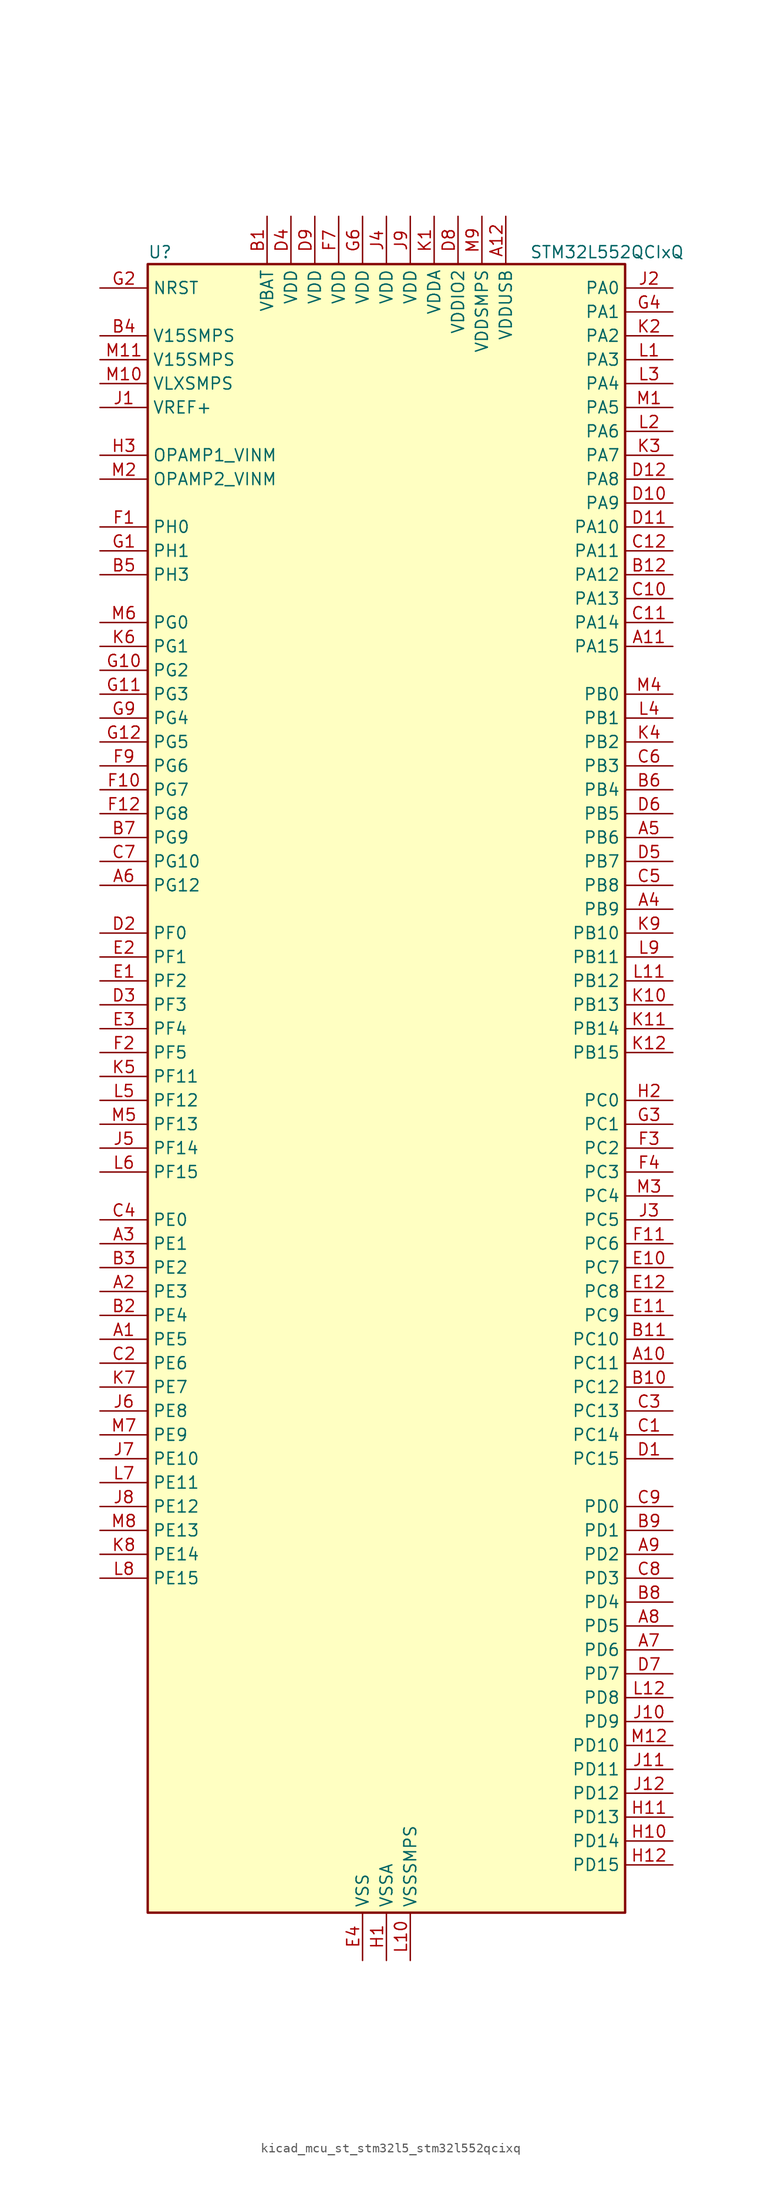
<source format=kicad_sym>
(kicad_symbol_lib
  (version 20220914)
  (generator kicad_symbol_editor)
  (symbol "kicad_mcu_st_stm32l5_stm32l552qcixq"
    (property "Reference" "U"
      (at -25.4 90.17 0)
      (effects (font (size 1.27 1.27)) (justify left)))
    (property "Value" "STM32L552QCIxQ"
      (at 15.24 90.17 0)
      (effects (font (size 1.27 1.27)) (justify left)))
    (property "ki_locked" ""
      (at 0 0 0)
      (effects (font (size 1.27 1.27))))
    (symbol "kicad_mcu_st_stm32l5_stm32l552qcixq_0_1"
      (rectangle (start -25.4 -86.36) (end 25.4 88.9) (stroke (width 0.254) (type default)) (fill (type background))))
    (symbol "kicad_mcu_st_stm32l5_stm32l552qcixq_1_1"
      (pin bidirectional line (at -30.48 -25.4 0) (length 5.08) (name "PE5" (effects (font (size 1.27 1.27)))) (number "A1" (effects (font (size 1.27 1.27)))) (alternate "DEBUG_TRACED2" bidirectional line) (alternate "DFSDM1_CKIN3" bidirectional line) (alternate "FMC_A21" bidirectional line) (alternate "SAI1_CK2" bidirectional line) (alternate "SAI1_SCK_A" bidirectional line) (alternate "TIM3_CH3" bidirectional line) (alternate "TSC_G7_IO4" bidirectional line))
      (pin bidirectional line (at 30.48 -27.94 180) (length 5.08) (name "PC11" (effects (font (size 1.27 1.27)))) (number "A10" (effects (font (size 1.27 1.27)))) (alternate "ADC1_EXTI11" bidirectional line) (alternate "ADC2_EXTI11" bidirectional line) (alternate "LPTIM3_IN1" bidirectional line) (alternate "OCTOSPI1_NCS" bidirectional line) (alternate "SAI2_MCLK_B" bidirectional line) (alternate "SDMMC1_D3" bidirectional line) (alternate "SPI3_MISO" bidirectional line) (alternate "TSC_G3_IO3" bidirectional line) (alternate "UART4_RX" bidirectional line) (alternate "UCPD1_FRSTX2" bidirectional line) (alternate "USART3_RX" bidirectional line))
      (pin bidirectional line (at 30.48 48.26 180) (length 5.08) (name "PA15" (effects (font (size 1.27 1.27)))) (number "A11" (effects (font (size 1.27 1.27)))) (alternate "ADC1_EXTI15" bidirectional line) (alternate "ADC2_EXTI15" bidirectional line) (alternate "DEBUG_JTDI" bidirectional line) (alternate "SAI2_FS_B" bidirectional line) (alternate "SPI1_NSS" bidirectional line) (alternate "SPI3_NSS" bidirectional line) (alternate "TIM2_CH1" bidirectional line) (alternate "TIM2_ETR" bidirectional line) (alternate "UART4_DE" bidirectional line) (alternate "UART4_RTS" bidirectional line) (alternate "UCPD1_CC1" bidirectional line) (alternate "USART2_RX" bidirectional line) (alternate "USART3_DE" bidirectional line) (alternate "USART3_RTS" bidirectional line))
      (pin power_in line (at 12.7 93.98 270) (length 5.08) (name "VDDUSB" (effects (font (size 1.27 1.27)))) (number "A12" (effects (font (size 1.27 1.27)))))
      (pin bidirectional line (at -30.48 -20.32 0) (length 5.08) (name "PE3" (effects (font (size 1.27 1.27)))) (number "A2" (effects (font (size 1.27 1.27)))) (alternate "DEBUG_TRACED0" bidirectional line) (alternate "FMC_A19" bidirectional line) (alternate "OCTOSPI1_DQS" bidirectional line) (alternate "SAI1_SD_B" bidirectional line) (alternate "TIM3_CH1" bidirectional line) (alternate "TSC_G7_IO2" bidirectional line))
      (pin bidirectional line (at -30.48 -15.24 0) (length 5.08) (name "PE1" (effects (font (size 1.27 1.27)))) (number "A3" (effects (font (size 1.27 1.27)))) (alternate "FMC_NBL1" bidirectional line) (alternate "TIM17_CH1" bidirectional line))
      (pin bidirectional line (at 30.48 20.32 180) (length 5.08) (name "PB9" (effects (font (size 1.27 1.27)))) (number "A4" (effects (font (size 1.27 1.27)))) (alternate "DAC1_EXTI9" bidirectional line) (alternate "FDCAN1_TX" bidirectional line) (alternate "I2C1_SDA" bidirectional line) (alternate "IR_OUT" bidirectional line) (alternate "SAI1_D2" bidirectional line) (alternate "SAI1_FS_A" bidirectional line) (alternate "SDMMC1_CDIR" bidirectional line) (alternate "SDMMC1_D5" bidirectional line) (alternate "SPI2_NSS" bidirectional line) (alternate "TIM17_CH1" bidirectional line) (alternate "TIM4_CH4" bidirectional line))
      (pin bidirectional line (at 30.48 27.94 180) (length 5.08) (name "PB6" (effects (font (size 1.27 1.27)))) (number "A5" (effects (font (size 1.27 1.27)))) (alternate "COMP2_INP" bidirectional line) (alternate "I2C1_SCL" bidirectional line) (alternate "I2C4_SCL" bidirectional line) (alternate "LPTIM1_ETR" bidirectional line) (alternate "SAI1_FS_B" bidirectional line) (alternate "TIM16_CH1N" bidirectional line) (alternate "TIM4_CH1" bidirectional line) (alternate "TIM8_BKIN2" bidirectional line) (alternate "TSC_G2_IO3" bidirectional line) (alternate "USART1_TX" bidirectional line))
      (pin bidirectional line (at -30.48 22.86 0) (length 5.08) (name "PG12" (effects (font (size 1.27 1.27)))) (number "A6" (effects (font (size 1.27 1.27)))) (alternate "FMC_NE4" bidirectional line) (alternate "LPTIM1_ETR" bidirectional line) (alternate "SAI2_SD_A" bidirectional line) (alternate "SPI3_NSS" bidirectional line) (alternate "USART1_DE" bidirectional line) (alternate "USART1_RTS" bidirectional line))
      (pin bidirectional line (at 30.48 -58.42 180) (length 5.08) (name "PD6" (effects (font (size 1.27 1.27)))) (number "A7" (effects (font (size 1.27 1.27)))) (alternate "DFSDM1_DATIN1" bidirectional line) (alternate "FMC_NWAIT" bidirectional line) (alternate "OCTOSPI1_IO6" bidirectional line) (alternate "SAI1_D1" bidirectional line) (alternate "SAI1_SD_A" bidirectional line) (alternate "SPI3_MOSI" bidirectional line) (alternate "USART2_RX" bidirectional line))
      (pin bidirectional line (at 30.48 -55.88 180) (length 5.08) (name "PD5" (effects (font (size 1.27 1.27)))) (number "A8" (effects (font (size 1.27 1.27)))) (alternate "FMC_NWE" bidirectional line) (alternate "OCTOSPI1_IO5" bidirectional line) (alternate "USART2_TX" bidirectional line))
      (pin bidirectional line (at 30.48 -48.26 180) (length 5.08) (name "PD2" (effects (font (size 1.27 1.27)))) (number "A9" (effects (font (size 1.27 1.27)))) (alternate "DEBUG_TRACED2" bidirectional line) (alternate "SDMMC1_CMD" bidirectional line) (alternate "TIM3_ETR" bidirectional line) (alternate "TSC_SYNC" bidirectional line) (alternate "UART5_RX" bidirectional line) (alternate "USART3_DE" bidirectional line) (alternate "USART3_RTS" bidirectional line))
      (pin power_in line (at -12.7 93.98 270) (length 5.08) (name "VBAT" (effects (font (size 1.27 1.27)))) (number "B1" (effects (font (size 1.27 1.27)))))
      (pin bidirectional line (at 30.48 -30.48 180) (length 5.08) (name "PC12" (effects (font (size 1.27 1.27)))) (number "B10" (effects (font (size 1.27 1.27)))) (alternate "DEBUG_TRACED3" bidirectional line) (alternate "SAI2_SD_B" bidirectional line) (alternate "SDMMC1_CK" bidirectional line) (alternate "SPI3_MOSI" bidirectional line) (alternate "TSC_G3_IO4" bidirectional line) (alternate "UART5_TX" bidirectional line) (alternate "USART3_CK" bidirectional line))
      (pin bidirectional line (at 30.48 -25.4 180) (length 5.08) (name "PC10" (effects (font (size 1.27 1.27)))) (number "B11" (effects (font (size 1.27 1.27)))) (alternate "DEBUG_TRACED1" bidirectional line) (alternate "LPTIM3_ETR" bidirectional line) (alternate "SAI2_SCK_B" bidirectional line) (alternate "SDMMC1_D2" bidirectional line) (alternate "SPI3_SCK" bidirectional line) (alternate "TSC_G3_IO2" bidirectional line) (alternate "UART4_TX" bidirectional line) (alternate "USART3_TX" bidirectional line))
      (pin bidirectional line (at 30.48 55.88 180) (length 5.08) (name "PA12" (effects (font (size 1.27 1.27)))) (number "B12" (effects (font (size 1.27 1.27)))) (alternate "FDCAN1_TX" bidirectional line) (alternate "SPI1_MOSI" bidirectional line) (alternate "TIM1_ETR" bidirectional line) (alternate "USART1_DE" bidirectional line) (alternate "USART1_RTS" bidirectional line) (alternate "USB_DP" bidirectional line))
      (pin bidirectional line (at -30.48 -22.86 0) (length 5.08) (name "PE4" (effects (font (size 1.27 1.27)))) (number "B2" (effects (font (size 1.27 1.27)))) (alternate "DEBUG_TRACED1" bidirectional line) (alternate "DFSDM1_DATIN3" bidirectional line) (alternate "FMC_A20" bidirectional line) (alternate "SAI1_D2" bidirectional line) (alternate "SAI1_FS_A" bidirectional line) (alternate "TIM3_CH2" bidirectional line) (alternate "TSC_G7_IO3" bidirectional line))
      (pin bidirectional line (at -30.48 -17.78 0) (length 5.08) (name "PE2" (effects (font (size 1.27 1.27)))) (number "B3" (effects (font (size 1.27 1.27)))) (alternate "DEBUG_TRACECLK" bidirectional line) (alternate "FMC_A23" bidirectional line) (alternate "SAI1_CK1" bidirectional line) (alternate "SAI1_MCLK_A" bidirectional line) (alternate "TIM3_ETR" bidirectional line) (alternate "TSC_G7_IO1" bidirectional line))
      (pin power_in line (at -30.48 81.28 0) (length 5.08) (name "V15SMPS" (effects (font (size 1.27 1.27)))) (number "B4" (effects (font (size 1.27 1.27)))))
      (pin bidirectional line (at -30.48 55.88 0) (length 5.08) (name "PH3" (effects (font (size 1.27 1.27)))) (number "B5" (effects (font (size 1.27 1.27)))))
      (pin bidirectional line (at 30.48 33.02 180) (length 5.08) (name "PB4" (effects (font (size 1.27 1.27)))) (number "B6" (effects (font (size 1.27 1.27)))) (alternate "COMP2_INP" bidirectional line) (alternate "DEBUG_JTRST" bidirectional line) (alternate "I2C3_SDA" bidirectional line) (alternate "SAI1_MCLK_B" bidirectional line) (alternate "SPI1_MISO" bidirectional line) (alternate "SPI3_MISO" bidirectional line) (alternate "TIM17_BKIN" bidirectional line) (alternate "TIM3_CH1" bidirectional line) (alternate "TSC_G2_IO1" bidirectional line) (alternate "UART5_DE" bidirectional line) (alternate "UART5_RTS" bidirectional line) (alternate "USART1_CTS" bidirectional line) (alternate "USART1_NSS" bidirectional line))
      (pin bidirectional line (at -30.48 27.94 0) (length 5.08) (name "PG9" (effects (font (size 1.27 1.27)))) (number "B7" (effects (font (size 1.27 1.27)))) (alternate "DAC1_EXTI9" bidirectional line) (alternate "FMC_NCE" bidirectional line) (alternate "FMC_NE2" bidirectional line) (alternate "SAI2_SCK_A" bidirectional line) (alternate "SPI3_SCK" bidirectional line) (alternate "TIM15_CH1N" bidirectional line) (alternate "USART1_TX" bidirectional line))
      (pin bidirectional line (at 30.48 -53.34 180) (length 5.08) (name "PD4" (effects (font (size 1.27 1.27)))) (number "B8" (effects (font (size 1.27 1.27)))) (alternate "DFSDM1_CKIN0" bidirectional line) (alternate "FMC_NOE" bidirectional line) (alternate "OCTOSPI1_IO4" bidirectional line) (alternate "SPI2_MOSI" bidirectional line) (alternate "USART2_DE" bidirectional line) (alternate "USART2_RTS" bidirectional line))
      (pin bidirectional line (at 30.48 -45.72 180) (length 5.08) (name "PD1" (effects (font (size 1.27 1.27)))) (number "B9" (effects (font (size 1.27 1.27)))) (alternate "FDCAN1_TX" bidirectional line) (alternate "FMC_D3" bidirectional line) (alternate "FMC_DA3" bidirectional line) (alternate "SPI2_SCK" bidirectional line))
      (pin bidirectional line (at 30.48 -35.56 180) (length 5.08) (name "PC14" (effects (font (size 1.27 1.27)))) (number "C1" (effects (font (size 1.27 1.27)))) (alternate "RCC_OSC32_IN" bidirectional line))
      (pin bidirectional line (at 30.48 53.34 180) (length 5.08) (name "PA13" (effects (font (size 1.27 1.27)))) (number "C10" (effects (font (size 1.27 1.27)))) (alternate "DEBUG_JTMS-SWDIO" bidirectional line) (alternate "IR_OUT" bidirectional line) (alternate "SAI1_SD_B" bidirectional line) (alternate "USB_NOE" bidirectional line))
      (pin bidirectional line (at 30.48 50.8 180) (length 5.08) (name "PA14" (effects (font (size 1.27 1.27)))) (number "C11" (effects (font (size 1.27 1.27)))) (alternate "DEBUG_JTCK-SWCLK" bidirectional line) (alternate "I2C1_SMBA" bidirectional line) (alternate "I2C4_SMBA" bidirectional line) (alternate "LPTIM1_OUT" bidirectional line) (alternate "SAI1_FS_B" bidirectional line))
      (pin bidirectional line (at 30.48 58.42 180) (length 5.08) (name "PA11" (effects (font (size 1.27 1.27)))) (number "C12" (effects (font (size 1.27 1.27)))) (alternate "ADC1_EXTI11" bidirectional line) (alternate "ADC2_EXTI11" bidirectional line) (alternate "FDCAN1_RX" bidirectional line) (alternate "SPI1_MISO" bidirectional line) (alternate "TIM1_BKIN2" bidirectional line) (alternate "TIM1_CH4" bidirectional line) (alternate "USART1_CTS" bidirectional line) (alternate "USART1_NSS" bidirectional line) (alternate "USB_DM" bidirectional line))
      (pin bidirectional line (at -30.48 -27.94 0) (length 5.08) (name "PE6" (effects (font (size 1.27 1.27)))) (number "C2" (effects (font (size 1.27 1.27)))) (alternate "DEBUG_TRACED3" bidirectional line) (alternate "FMC_A22" bidirectional line) (alternate "PWR_WKUP3" bidirectional line) (alternate "SAI1_D1" bidirectional line) (alternate "SAI1_SD_A" bidirectional line) (alternate "TAMP_IN3" bidirectional line) (alternate "TAMP_OUT6" bidirectional line) (alternate "TIM3_CH4" bidirectional line))
      (pin bidirectional line (at 30.48 -33.02 180) (length 5.08) (name "PC13" (effects (font (size 1.27 1.27)))) (number "C3" (effects (font (size 1.27 1.27)))) (alternate "PWR_WKUP2" bidirectional line) (alternate "RTC_OUT1" bidirectional line) (alternate "RTC_TS" bidirectional line) (alternate "TAMP_IN1" bidirectional line) (alternate "TAMP_OUT2" bidirectional line))
      (pin bidirectional line (at -30.48 -12.7 0) (length 5.08) (name "PE0" (effects (font (size 1.27 1.27)))) (number "C4" (effects (font (size 1.27 1.27)))) (alternate "FMC_NBL0" bidirectional line) (alternate "TIM16_CH1" bidirectional line) (alternate "TIM4_ETR" bidirectional line))
      (pin bidirectional line (at 30.48 22.86 180) (length 5.08) (name "PB8" (effects (font (size 1.27 1.27)))) (number "C5" (effects (font (size 1.27 1.27)))) (alternate "DFSDM1_CKOUT" bidirectional line) (alternate "FDCAN1_RX" bidirectional line) (alternate "I2C1_SCL" bidirectional line) (alternate "SAI1_CK1" bidirectional line) (alternate "SAI1_MCLK_A" bidirectional line) (alternate "SDMMC1_CKIN" bidirectional line) (alternate "SDMMC1_D4" bidirectional line) (alternate "TIM16_CH1" bidirectional line) (alternate "TIM4_CH3" bidirectional line))
      (pin bidirectional line (at 30.48 35.56 180) (length 5.08) (name "PB3" (effects (font (size 1.27 1.27)))) (number "C6" (effects (font (size 1.27 1.27)))) (alternate "COMP2_INM" bidirectional line) (alternate "CRS_SYNC" bidirectional line) (alternate "DEBUG_JTDO-SWO" bidirectional line) (alternate "SAI1_SCK_B" bidirectional line) (alternate "SPI1_SCK" bidirectional line) (alternate "SPI3_SCK" bidirectional line) (alternate "TIM2_CH2" bidirectional line) (alternate "USART1_DE" bidirectional line) (alternate "USART1_RTS" bidirectional line))
      (pin bidirectional line (at -30.48 25.4 0) (length 5.08) (name "PG10" (effects (font (size 1.27 1.27)))) (number "C7" (effects (font (size 1.27 1.27)))) (alternate "FMC_NE3" bidirectional line) (alternate "LPTIM1_IN1" bidirectional line) (alternate "SAI2_FS_A" bidirectional line) (alternate "SPI3_MISO" bidirectional line) (alternate "TIM15_CH1" bidirectional line) (alternate "USART1_RX" bidirectional line))
      (pin bidirectional line (at 30.48 -50.8 180) (length 5.08) (name "PD3" (effects (font (size 1.27 1.27)))) (number "C8" (effects (font (size 1.27 1.27)))) (alternate "DFSDM1_DATIN0" bidirectional line) (alternate "FMC_CLK" bidirectional line) (alternate "SPI2_MISO" bidirectional line) (alternate "SPI2_SCK" bidirectional line) (alternate "USART2_CTS" bidirectional line) (alternate "USART2_NSS" bidirectional line))
      (pin bidirectional line (at 30.48 -43.18 180) (length 5.08) (name "PD0" (effects (font (size 1.27 1.27)))) (number "C9" (effects (font (size 1.27 1.27)))) (alternate "FDCAN1_RX" bidirectional line) (alternate "FMC_D2" bidirectional line) (alternate "FMC_DA2" bidirectional line) (alternate "SPI2_NSS" bidirectional line))
      (pin bidirectional line (at 30.48 -38.1 180) (length 5.08) (name "PC15" (effects (font (size 1.27 1.27)))) (number "D1" (effects (font (size 1.27 1.27)))) (alternate "ADC1_EXTI15" bidirectional line) (alternate "ADC2_EXTI15" bidirectional line) (alternate "RCC_OSC32_OUT" bidirectional line))
      (pin bidirectional line (at 30.48 63.5 180) (length 5.08) (name "PA9" (effects (font (size 1.27 1.27)))) (number "D10" (effects (font (size 1.27 1.27)))) (alternate "DAC1_EXTI9" bidirectional line) (alternate "SAI1_FS_A" bidirectional line) (alternate "SPI2_SCK" bidirectional line) (alternate "TIM15_BKIN" bidirectional line) (alternate "TIM1_CH2" bidirectional line) (alternate "USART1_TX" bidirectional line))
      (pin bidirectional line (at 30.48 60.96 180) (length 5.08) (name "PA10" (effects (font (size 1.27 1.27)))) (number "D11" (effects (font (size 1.27 1.27)))) (alternate "CRS_SYNC" bidirectional line) (alternate "SAI1_D1" bidirectional line) (alternate "SAI1_SD_A" bidirectional line) (alternate "TIM17_BKIN" bidirectional line) (alternate "TIM1_CH3" bidirectional line) (alternate "USART1_RX" bidirectional line))
      (pin bidirectional line (at 30.48 66.04 180) (length 5.08) (name "PA8" (effects (font (size 1.27 1.27)))) (number "D12" (effects (font (size 1.27 1.27)))) (alternate "LPTIM2_OUT" bidirectional line) (alternate "RCC_MCO" bidirectional line) (alternate "SAI1_CK2" bidirectional line) (alternate "SAI1_SCK_A" bidirectional line) (alternate "TIM1_CH1" bidirectional line) (alternate "USART1_CK" bidirectional line))
      (pin bidirectional line (at -30.48 17.78 0) (length 5.08) (name "PF0" (effects (font (size 1.27 1.27)))) (number "D2" (effects (font (size 1.27 1.27)))) (alternate "FMC_A0" bidirectional line) (alternate "I2C2_SDA" bidirectional line))
      (pin bidirectional line (at -30.48 10.16 0) (length 5.08) (name "PF3" (effects (font (size 1.27 1.27)))) (number "D3" (effects (font (size 1.27 1.27)))) (alternate "FMC_A3" bidirectional line) (alternate "LPTIM3_IN1" bidirectional line))
      (pin power_in line (at -10.16 93.98 270) (length 5.08) (name "VDD" (effects (font (size 1.27 1.27)))) (number "D4" (effects (font (size 1.27 1.27)))))
      (pin bidirectional line (at 30.48 25.4 180) (length 5.08) (name "PB7" (effects (font (size 1.27 1.27)))) (number "D5" (effects (font (size 1.27 1.27)))) (alternate "COMP2_INM" bidirectional line) (alternate "FMC_NL" bidirectional line) (alternate "I2C1_SDA" bidirectional line) (alternate "I2C4_SDA" bidirectional line) (alternate "LPTIM1_IN2" bidirectional line) (alternate "PWR_PVD_IN" bidirectional line) (alternate "TIM17_CH1N" bidirectional line) (alternate "TIM4_CH2" bidirectional line) (alternate "TIM8_BKIN" bidirectional line) (alternate "TSC_G2_IO4" bidirectional line) (alternate "UART4_CTS" bidirectional line) (alternate "USART1_RX" bidirectional line))
      (pin bidirectional line (at 30.48 30.48 180) (length 5.08) (name "PB5" (effects (font (size 1.27 1.27)))) (number "D6" (effects (font (size 1.27 1.27)))) (alternate "COMP2_OUT" bidirectional line) (alternate "I2C1_SMBA" bidirectional line) (alternate "LPTIM1_IN1" bidirectional line) (alternate "OCTOSPI1_NCLK" bidirectional line) (alternate "SAI1_SD_B" bidirectional line) (alternate "SPI1_MOSI" bidirectional line) (alternate "SPI3_MOSI" bidirectional line) (alternate "TIM16_BKIN" bidirectional line) (alternate "TIM3_CH2" bidirectional line) (alternate "TSC_G2_IO2" bidirectional line) (alternate "UART5_CTS" bidirectional line) (alternate "UCPD1_DBCC1" bidirectional line) (alternate "USART1_CK" bidirectional line))
      (pin bidirectional line (at 30.48 -60.96 180) (length 5.08) (name "PD7" (effects (font (size 1.27 1.27)))) (number "D7" (effects (font (size 1.27 1.27)))) (alternate "DFSDM1_CKIN1" bidirectional line) (alternate "FMC_NCE" bidirectional line) (alternate "FMC_NE1" bidirectional line) (alternate "OCTOSPI1_IO7" bidirectional line) (alternate "USART2_CK" bidirectional line))
      (pin power_in line (at 7.62 93.98 270) (length 5.08) (name "VDDIO2" (effects (font (size 1.27 1.27)))) (number "D8" (effects (font (size 1.27 1.27)))))
      (pin power_in line (at -7.62 93.98 270) (length 5.08) (name "VDD" (effects (font (size 1.27 1.27)))) (number "D9" (effects (font (size 1.27 1.27)))))
      (pin bidirectional line (at -30.48 12.7 0) (length 5.08) (name "PF2" (effects (font (size 1.27 1.27)))) (number "E1" (effects (font (size 1.27 1.27)))) (alternate "FMC_A2" bidirectional line) (alternate "I2C2_SMBA" bidirectional line))
      (pin bidirectional line (at 30.48 -17.78 180) (length 5.08) (name "PC7" (effects (font (size 1.27 1.27)))) (number "E10" (effects (font (size 1.27 1.27)))) (alternate "DFSDM1_DATIN3" bidirectional line) (alternate "SAI2_MCLK_B" bidirectional line) (alternate "SDMMC1_D123DIR" bidirectional line) (alternate "SDMMC1_D7" bidirectional line) (alternate "TIM3_CH2" bidirectional line) (alternate "TIM8_CH2" bidirectional line) (alternate "TSC_G4_IO2" bidirectional line))
      (pin bidirectional line (at 30.48 -22.86 180) (length 5.08) (name "PC9" (effects (font (size 1.27 1.27)))) (number "E11" (effects (font (size 1.27 1.27)))) (alternate "DAC1_EXTI9" bidirectional line) (alternate "DEBUG_TRACED0" bidirectional line) (alternate "SAI2_EXTCLK" bidirectional line) (alternate "SDMMC1_D1" bidirectional line) (alternate "TIM3_CH4" bidirectional line) (alternate "TIM8_BKIN2" bidirectional line) (alternate "TIM8_CH4" bidirectional line) (alternate "TSC_G4_IO4" bidirectional line) (alternate "USB_NOE" bidirectional line))
      (pin bidirectional line (at 30.48 -20.32 180) (length 5.08) (name "PC8" (effects (font (size 1.27 1.27)))) (number "E12" (effects (font (size 1.27 1.27)))) (alternate "SDMMC1_D0" bidirectional line) (alternate "TIM3_CH3" bidirectional line) (alternate "TIM8_CH3" bidirectional line) (alternate "TSC_G4_IO3" bidirectional line))
      (pin bidirectional line (at -30.48 15.24 0) (length 5.08) (name "PF1" (effects (font (size 1.27 1.27)))) (number "E2" (effects (font (size 1.27 1.27)))) (alternate "FMC_A1" bidirectional line) (alternate "I2C2_SCL" bidirectional line))
      (pin bidirectional line (at -30.48 7.62 0) (length 5.08) (name "PF4" (effects (font (size 1.27 1.27)))) (number "E3" (effects (font (size 1.27 1.27)))) (alternate "FMC_A4" bidirectional line) (alternate "LPTIM3_ETR" bidirectional line))
      (pin power_in line (at -2.54 -91.44 90) (length 5.08) (name "VSS" (effects (font (size 1.27 1.27)))) (number "E4" (effects (font (size 1.27 1.27)))))
      (pin passive line (at -2.54 -91.44 90) (length 5.08) hide (name "VSS" (effects (font (size 1.27 1.27)))) (number "E9" (effects (font (size 1.27 1.27)))))
      (pin bidirectional line (at -30.48 60.96 0) (length 5.08) (name "PH0" (effects (font (size 1.27 1.27)))) (number "F1" (effects (font (size 1.27 1.27)))) (alternate "RCC_OSC_IN" bidirectional line))
      (pin bidirectional line (at -30.48 33.02 0) (length 5.08) (name "PG7" (effects (font (size 1.27 1.27)))) (number "F10" (effects (font (size 1.27 1.27)))) (alternate "DFSDM1_CKOUT" bidirectional line) (alternate "FMC_INT" bidirectional line) (alternate "I2C3_SCL" bidirectional line) (alternate "LPUART1_TX" bidirectional line) (alternate "SAI1_CK1" bidirectional line) (alternate "SAI1_MCLK_A" bidirectional line) (alternate "UCPD1_FRSTX2" bidirectional line))
      (pin bidirectional line (at 30.48 -15.24 180) (length 5.08) (name "PC6" (effects (font (size 1.27 1.27)))) (number "F11" (effects (font (size 1.27 1.27)))) (alternate "DFSDM1_CKIN3" bidirectional line) (alternate "SAI2_MCLK_A" bidirectional line) (alternate "SDMMC1_D0DIR" bidirectional line) (alternate "SDMMC1_D6" bidirectional line) (alternate "TIM3_CH1" bidirectional line) (alternate "TIM8_CH1" bidirectional line) (alternate "TSC_G4_IO1" bidirectional line))
      (pin bidirectional line (at -30.48 30.48 0) (length 5.08) (name "PG8" (effects (font (size 1.27 1.27)))) (number "F12" (effects (font (size 1.27 1.27)))) (alternate "I2C3_SDA" bidirectional line) (alternate "LPUART1_RX" bidirectional line))
      (pin bidirectional line (at -30.48 5.08 0) (length 5.08) (name "PF5" (effects (font (size 1.27 1.27)))) (number "F2" (effects (font (size 1.27 1.27)))) (alternate "FMC_A5" bidirectional line) (alternate "LPTIM3_OUT" bidirectional line))
      (pin bidirectional line (at 30.48 -5.08 180) (length 5.08) (name "PC2" (effects (font (size 1.27 1.27)))) (number "F3" (effects (font (size 1.27 1.27)))) (alternate "ADC1_IN3" bidirectional line) (alternate "ADC2_IN3" bidirectional line) (alternate "DFSDM1_CKOUT" bidirectional line) (alternate "LPTIM1_IN2" bidirectional line) (alternate "OCTOSPI1_IO5" bidirectional line) (alternate "SPI2_MISO" bidirectional line))
      (pin bidirectional line (at 30.48 -7.62 180) (length 5.08) (name "PC3" (effects (font (size 1.27 1.27)))) (number "F4" (effects (font (size 1.27 1.27)))) (alternate "ADC1_IN4" bidirectional line) (alternate "ADC2_IN4" bidirectional line) (alternate "LPTIM1_ETR" bidirectional line) (alternate "LPTIM2_ETR" bidirectional line) (alternate "LPTIM3_OUT" bidirectional line) (alternate "OCTOSPI1_IO6" bidirectional line) (alternate "SAI1_D1" bidirectional line) (alternate "SAI1_SD_A" bidirectional line) (alternate "SPI2_MOSI" bidirectional line))
      (pin passive line (at -2.54 -91.44 90) (length 5.08) hide (name "VSS" (effects (font (size 1.27 1.27)))) (number "F6" (effects (font (size 1.27 1.27)))))
      (pin power_in line (at -5.08 93.98 270) (length 5.08) (name "VDD" (effects (font (size 1.27 1.27)))) (number "F7" (effects (font (size 1.27 1.27)))))
      (pin bidirectional line (at -30.48 35.56 0) (length 5.08) (name "PG6" (effects (font (size 1.27 1.27)))) (number "F9" (effects (font (size 1.27 1.27)))) (alternate "I2C3_SMBA" bidirectional line) (alternate "LPUART1_DE" bidirectional line) (alternate "LPUART1_RTS" bidirectional line) (alternate "OCTOSPI1_DQS" bidirectional line) (alternate "UCPD1_FRSTX1" bidirectional line))
      (pin bidirectional line (at -30.48 58.42 0) (length 5.08) (name "PH1" (effects (font (size 1.27 1.27)))) (number "G1" (effects (font (size 1.27 1.27)))) (alternate "RCC_OSC_OUT" bidirectional line))
      (pin bidirectional line (at -30.48 45.72 0) (length 5.08) (name "PG2" (effects (font (size 1.27 1.27)))) (number "G10" (effects (font (size 1.27 1.27)))) (alternate "FMC_A12" bidirectional line) (alternate "SAI2_SCK_B" bidirectional line) (alternate "SPI1_SCK" bidirectional line))
      (pin bidirectional line (at -30.48 43.18 0) (length 5.08) (name "PG3" (effects (font (size 1.27 1.27)))) (number "G11" (effects (font (size 1.27 1.27)))) (alternate "FMC_A13" bidirectional line) (alternate "SAI2_FS_B" bidirectional line) (alternate "SPI1_MISO" bidirectional line))
      (pin bidirectional line (at -30.48 38.1 0) (length 5.08) (name "PG5" (effects (font (size 1.27 1.27)))) (number "G12" (effects (font (size 1.27 1.27)))) (alternate "FMC_A15" bidirectional line) (alternate "LPUART1_CTS" bidirectional line) (alternate "SAI2_SD_B" bidirectional line) (alternate "SPI1_NSS" bidirectional line))
      (pin input line (at -30.48 86.36 0) (length 5.08) (name "NRST" (effects (font (size 1.27 1.27)))) (number "G2" (effects (font (size 1.27 1.27)))))
      (pin bidirectional line (at 30.48 -2.54 180) (length 5.08) (name "PC1" (effects (font (size 1.27 1.27)))) (number "G3" (effects (font (size 1.27 1.27)))) (alternate "ADC1_IN2" bidirectional line) (alternate "ADC2_IN2" bidirectional line) (alternate "DEBUG_TRACED0" bidirectional line) (alternate "I2C3_SDA" bidirectional line) (alternate "LPTIM1_OUT" bidirectional line) (alternate "LPUART1_TX" bidirectional line) (alternate "OCTOSPI1_IO4" bidirectional line) (alternate "SAI1_SD_A" bidirectional line) (alternate "SPI2_MOSI" bidirectional line))
      (pin bidirectional line (at 30.48 83.82 180) (length 5.08) (name "PA1" (effects (font (size 1.27 1.27)))) (number "G4" (effects (font (size 1.27 1.27)))) (alternate "ADC1_IN6" bidirectional line) (alternate "ADC2_IN6" bidirectional line) (alternate "I2C1_SMBA" bidirectional line) (alternate "OCTOSPI1_DQS" bidirectional line) (alternate "OPAMP1_VINM" bidirectional line) (alternate "SPI1_SCK" bidirectional line) (alternate "TAMP_IN5" bidirectional line) (alternate "TAMP_OUT4" bidirectional line) (alternate "TIM15_CH1N" bidirectional line) (alternate "TIM2_CH2" bidirectional line) (alternate "TIM5_CH2" bidirectional line) (alternate "UART4_RX" bidirectional line) (alternate "USART2_DE" bidirectional line) (alternate "USART2_RTS" bidirectional line))
      (pin power_in line (at -2.54 93.98 270) (length 5.08) (name "VDD" (effects (font (size 1.27 1.27)))) (number "G6" (effects (font (size 1.27 1.27)))))
      (pin passive line (at -2.54 -91.44 90) (length 5.08) hide (name "VSS" (effects (font (size 1.27 1.27)))) (number "G7" (effects (font (size 1.27 1.27)))))
      (pin bidirectional line (at -30.48 40.64 0) (length 5.08) (name "PG4" (effects (font (size 1.27 1.27)))) (number "G9" (effects (font (size 1.27 1.27)))) (alternate "FMC_A14" bidirectional line) (alternate "SAI2_MCLK_B" bidirectional line) (alternate "SPI1_MOSI" bidirectional line))
      (pin power_in line (at 0 -91.44 90) (length 5.08) (name "VSSA" (effects (font (size 1.27 1.27)))) (number "H1" (effects (font (size 1.27 1.27)))))
      (pin bidirectional line (at 30.48 -78.74 180) (length 5.08) (name "PD14" (effects (font (size 1.27 1.27)))) (number "H10" (effects (font (size 1.27 1.27)))) (alternate "FMC_D0" bidirectional line) (alternate "FMC_DA0" bidirectional line) (alternate "TIM4_CH3" bidirectional line))
      (pin bidirectional line (at 30.48 -76.2 180) (length 5.08) (name "PD13" (effects (font (size 1.27 1.27)))) (number "H11" (effects (font (size 1.27 1.27)))) (alternate "FMC_A18" bidirectional line) (alternate "I2C4_SDA" bidirectional line) (alternate "LPTIM2_OUT" bidirectional line) (alternate "TIM4_CH2" bidirectional line) (alternate "TSC_G6_IO4" bidirectional line))
      (pin bidirectional line (at 30.48 -81.28 180) (length 5.08) (name "PD15" (effects (font (size 1.27 1.27)))) (number "H12" (effects (font (size 1.27 1.27)))) (alternate "ADC1_EXTI15" bidirectional line) (alternate "ADC2_EXTI15" bidirectional line) (alternate "FMC_D1" bidirectional line) (alternate "FMC_DA1" bidirectional line) (alternate "TIM4_CH4" bidirectional line))
      (pin bidirectional line (at 30.48 0 180) (length 5.08) (name "PC0" (effects (font (size 1.27 1.27)))) (number "H2" (effects (font (size 1.27 1.27)))) (alternate "ADC1_IN1" bidirectional line) (alternate "ADC2_IN1" bidirectional line) (alternate "I2C3_SCL" bidirectional line) (alternate "LPTIM1_IN1" bidirectional line) (alternate "LPTIM2_IN1" bidirectional line) (alternate "LPUART1_RX" bidirectional line) (alternate "OCTOSPI1_IO7" bidirectional line) (alternate "SAI2_FS_A" bidirectional line) (alternate "SDMMC1_D5" bidirectional line))
      (pin bidirectional line (at -30.48 68.58 0) (length 5.08) (name "OPAMP1_VINM" (effects (font (size 1.27 1.27)))) (number "H3" (effects (font (size 1.27 1.27)))) (alternate "OPAMP1_VINM" bidirectional line))
      (pin passive line (at -2.54 -91.44 90) (length 5.08) hide (name "VSS" (effects (font (size 1.27 1.27)))) (number "H4" (effects (font (size 1.27 1.27)))))
      (pin passive line (at -2.54 -91.44 90) (length 5.08) hide (name "VSS" (effects (font (size 1.27 1.27)))) (number "H9" (effects (font (size 1.27 1.27)))))
      (pin input line (at -30.48 73.66 0) (length 5.08) (name "VREF+" (effects (font (size 1.27 1.27)))) (number "J1" (effects (font (size 1.27 1.27)))))
      (pin bidirectional line (at 30.48 -66.04 180) (length 5.08) (name "PD9" (effects (font (size 1.27 1.27)))) (number "J10" (effects (font (size 1.27 1.27)))) (alternate "DAC1_EXTI9" bidirectional line) (alternate "FMC_D14" bidirectional line) (alternate "FMC_DA14" bidirectional line) (alternate "SAI2_MCLK_A" bidirectional line) (alternate "USART3_RX" bidirectional line))
      (pin bidirectional line (at 30.48 -71.12 180) (length 5.08) (name "PD11" (effects (font (size 1.27 1.27)))) (number "J11" (effects (font (size 1.27 1.27)))) (alternate "ADC1_EXTI11" bidirectional line) (alternate "ADC2_EXTI11" bidirectional line) (alternate "FMC_A16" bidirectional line) (alternate "FMC_CLE" bidirectional line) (alternate "I2C4_SMBA" bidirectional line) (alternate "LPTIM2_ETR" bidirectional line) (alternate "SAI2_SD_A" bidirectional line) (alternate "TSC_G6_IO2" bidirectional line) (alternate "USART3_CTS" bidirectional line) (alternate "USART3_NSS" bidirectional line))
      (pin bidirectional line (at 30.48 -73.66 180) (length 5.08) (name "PD12" (effects (font (size 1.27 1.27)))) (number "J12" (effects (font (size 1.27 1.27)))) (alternate "FMC_A17" bidirectional line) (alternate "FMC_ALE" bidirectional line) (alternate "I2C4_SCL" bidirectional line) (alternate "LPTIM2_IN1" bidirectional line) (alternate "SAI2_FS_A" bidirectional line) (alternate "TIM4_CH1" bidirectional line) (alternate "TSC_G6_IO3" bidirectional line) (alternate "USART3_DE" bidirectional line) (alternate "USART3_RTS" bidirectional line))
      (pin bidirectional line (at 30.48 86.36 180) (length 5.08) (name "PA0" (effects (font (size 1.27 1.27)))) (number "J2" (effects (font (size 1.27 1.27)))) (alternate "ADC1_IN5" bidirectional line) (alternate "ADC2_IN5" bidirectional line) (alternate "OPAMP1_VINP" bidirectional line) (alternate "PWR_WKUP1" bidirectional line) (alternate "SAI1_EXTCLK" bidirectional line) (alternate "TAMP_IN2" bidirectional line) (alternate "TAMP_OUT1" bidirectional line) (alternate "TIM2_CH1" bidirectional line) (alternate "TIM2_ETR" bidirectional line) (alternate "TIM5_CH1" bidirectional line) (alternate "TIM8_ETR" bidirectional line) (alternate "UART4_TX" bidirectional line) (alternate "USART2_CTS" bidirectional line) (alternate "USART2_NSS" bidirectional line))
      (pin bidirectional line (at 30.48 -12.7 180) (length 5.08) (name "PC5" (effects (font (size 1.27 1.27)))) (number "J3" (effects (font (size 1.27 1.27)))) (alternate "ADC1_IN14" bidirectional line) (alternate "ADC2_IN14" bidirectional line) (alternate "COMP1_INP" bidirectional line) (alternate "PWR_WKUP5" bidirectional line) (alternate "SAI1_D3" bidirectional line) (alternate "TAMP_IN4" bidirectional line) (alternate "TAMP_OUT5" bidirectional line) (alternate "USART3_RX" bidirectional line))
      (pin power_in line (at 0 93.98 270) (length 5.08) (name "VDD" (effects (font (size 1.27 1.27)))) (number "J4" (effects (font (size 1.27 1.27)))))
      (pin bidirectional line (at -30.48 -5.08 0) (length 5.08) (name "PF14" (effects (font (size 1.27 1.27)))) (number "J5" (effects (font (size 1.27 1.27)))) (alternate "FMC_A8" bidirectional line) (alternate "I2C4_SCL" bidirectional line) (alternate "TSC_G8_IO1" bidirectional line))
      (pin bidirectional line (at -30.48 -33.02 0) (length 5.08) (name "PE8" (effects (font (size 1.27 1.27)))) (number "J6" (effects (font (size 1.27 1.27)))) (alternate "DFSDM1_CKIN2" bidirectional line) (alternate "FMC_D5" bidirectional line) (alternate "FMC_DA5" bidirectional line) (alternate "SAI1_SCK_B" bidirectional line) (alternate "TIM1_CH1N" bidirectional line))
      (pin bidirectional line (at -30.48 -38.1 0) (length 5.08) (name "PE10" (effects (font (size 1.27 1.27)))) (number "J7" (effects (font (size 1.27 1.27)))) (alternate "FMC_D7" bidirectional line) (alternate "FMC_DA7" bidirectional line) (alternate "OCTOSPI1_CLK" bidirectional line) (alternate "SAI1_MCLK_B" bidirectional line) (alternate "TIM1_CH2N" bidirectional line) (alternate "TSC_G5_IO1" bidirectional line))
      (pin bidirectional line (at -30.48 -43.18 0) (length 5.08) (name "PE12" (effects (font (size 1.27 1.27)))) (number "J8" (effects (font (size 1.27 1.27)))) (alternate "FMC_D9" bidirectional line) (alternate "FMC_DA9" bidirectional line) (alternate "OCTOSPI1_IO0" bidirectional line) (alternate "SPI1_NSS" bidirectional line) (alternate "TIM1_CH3N" bidirectional line) (alternate "TSC_G5_IO3" bidirectional line))
      (pin power_in line (at 2.54 93.98 270) (length 5.08) (name "VDD" (effects (font (size 1.27 1.27)))) (number "J9" (effects (font (size 1.27 1.27)))))
      (pin power_in line (at 5.08 93.98 270) (length 5.08) (name "VDDA" (effects (font (size 1.27 1.27)))) (number "K1" (effects (font (size 1.27 1.27)))))
      (pin bidirectional line (at 30.48 10.16 180) (length 5.08) (name "PB13" (effects (font (size 1.27 1.27)))) (number "K10" (effects (font (size 1.27 1.27)))) (alternate "DFSDM1_CKIN1" bidirectional line) (alternate "I2C2_SCL" bidirectional line) (alternate "LPTIM3_IN1" bidirectional line) (alternate "LPUART1_CTS" bidirectional line) (alternate "SAI2_SCK_A" bidirectional line) (alternate "SPI2_SCK" bidirectional line) (alternate "TIM15_CH1N" bidirectional line) (alternate "TIM1_CH1N" bidirectional line) (alternate "TSC_G1_IO2" bidirectional line) (alternate "UCPD1_FRSTX2" bidirectional line) (alternate "USART3_CTS" bidirectional line) (alternate "USART3_NSS" bidirectional line))
      (pin bidirectional line (at 30.48 7.62 180) (length 5.08) (name "PB14" (effects (font (size 1.27 1.27)))) (number "K11" (effects (font (size 1.27 1.27)))) (alternate "DFSDM1_DATIN2" bidirectional line) (alternate "I2C2_SDA" bidirectional line) (alternate "LPTIM3_ETR" bidirectional line) (alternate "SAI2_MCLK_A" bidirectional line) (alternate "SPI2_MISO" bidirectional line) (alternate "TIM15_CH1" bidirectional line) (alternate "TIM1_CH2N" bidirectional line) (alternate "TIM8_CH2N" bidirectional line) (alternate "TSC_G1_IO3" bidirectional line) (alternate "UCPD1_DBCC2" bidirectional line) (alternate "USART3_DE" bidirectional line) (alternate "USART3_RTS" bidirectional line))
      (pin bidirectional line (at 30.48 5.08 180) (length 5.08) (name "PB15" (effects (font (size 1.27 1.27)))) (number "K12" (effects (font (size 1.27 1.27)))) (alternate "ADC1_EXTI15" bidirectional line) (alternate "ADC2_EXTI15" bidirectional line) (alternate "DFSDM1_CKIN2" bidirectional line) (alternate "RTC_REFIN" bidirectional line) (alternate "SAI2_SD_A" bidirectional line) (alternate "SPI2_MOSI" bidirectional line) (alternate "TIM15_CH2" bidirectional line) (alternate "TIM1_CH3N" bidirectional line) (alternate "TIM8_CH3N" bidirectional line) (alternate "UCPD1_CC2" bidirectional line))
      (pin bidirectional line (at 30.48 81.28 180) (length 5.08) (name "PA2" (effects (font (size 1.27 1.27)))) (number "K2" (effects (font (size 1.27 1.27)))) (alternate "ADC1_IN7" bidirectional line) (alternate "ADC2_IN7" bidirectional line) (alternate "COMP1_INP" bidirectional line) (alternate "LPUART1_TX" bidirectional line) (alternate "OCTOSPI1_NCS" bidirectional line) (alternate "PWR_WKUP4" bidirectional line) (alternate "RCC_LSCO" bidirectional line) (alternate "SAI2_EXTCLK" bidirectional line) (alternate "TIM15_CH1" bidirectional line) (alternate "TIM2_CH3" bidirectional line) (alternate "TIM5_CH3" bidirectional line) (alternate "UCPD1_FRSTX1" bidirectional line) (alternate "USART2_TX" bidirectional line))
      (pin bidirectional line (at 30.48 68.58 180) (length 5.08) (name "PA7" (effects (font (size 1.27 1.27)))) (number "K3" (effects (font (size 1.27 1.27)))) (alternate "ADC1_IN12" bidirectional line) (alternate "ADC2_IN12" bidirectional line) (alternate "I2C3_SCL" bidirectional line) (alternate "OCTOSPI1_IO2" bidirectional line) (alternate "OPAMP2_VINM" bidirectional line) (alternate "SPI1_MOSI" bidirectional line) (alternate "TIM17_CH1" bidirectional line) (alternate "TIM1_CH1N" bidirectional line) (alternate "TIM3_CH2" bidirectional line) (alternate "TIM8_CH1N" bidirectional line))
      (pin bidirectional line (at 30.48 38.1 180) (length 5.08) (name "PB2" (effects (font (size 1.27 1.27)))) (number "K4" (effects (font (size 1.27 1.27)))) (alternate "COMP1_INP" bidirectional line) (alternate "DFSDM1_CKIN0" bidirectional line) (alternate "I2C3_SMBA" bidirectional line) (alternate "LPTIM1_OUT" bidirectional line) (alternate "OCTOSPI1_DQS" bidirectional line) (alternate "RTC_OUT2" bidirectional line) (alternate "UCPD1_FRSTX1" bidirectional line))
      (pin bidirectional line (at -30.48 2.54 0) (length 5.08) (name "PF11" (effects (font (size 1.27 1.27)))) (number "K5" (effects (font (size 1.27 1.27)))) (alternate "ADC1_EXTI11" bidirectional line) (alternate "ADC2_EXTI11" bidirectional line) (alternate "OCTOSPI1_NCLK" bidirectional line))
      (pin bidirectional line (at -30.48 48.26 0) (length 5.08) (name "PG1" (effects (font (size 1.27 1.27)))) (number "K6" (effects (font (size 1.27 1.27)))) (alternate "FMC_A11" bidirectional line) (alternate "TSC_G8_IO4" bidirectional line))
      (pin bidirectional line (at -30.48 -30.48 0) (length 5.08) (name "PE7" (effects (font (size 1.27 1.27)))) (number "K7" (effects (font (size 1.27 1.27)))) (alternate "DFSDM1_DATIN2" bidirectional line) (alternate "FMC_D4" bidirectional line) (alternate "FMC_DA4" bidirectional line) (alternate "SAI1_SD_B" bidirectional line) (alternate "TIM1_ETR" bidirectional line))
      (pin bidirectional line (at -30.48 -48.26 0) (length 5.08) (name "PE14" (effects (font (size 1.27 1.27)))) (number "K8" (effects (font (size 1.27 1.27)))) (alternate "FMC_D11" bidirectional line) (alternate "FMC_DA11" bidirectional line) (alternate "OCTOSPI1_IO2" bidirectional line) (alternate "SPI1_MISO" bidirectional line) (alternate "TIM1_BKIN2" bidirectional line) (alternate "TIM1_CH4" bidirectional line))
      (pin bidirectional line (at 30.48 17.78 180) (length 5.08) (name "PB10" (effects (font (size 1.27 1.27)))) (number "K9" (effects (font (size 1.27 1.27)))) (alternate "COMP1_OUT" bidirectional line) (alternate "I2C2_SCL" bidirectional line) (alternate "I2C4_SCL" bidirectional line) (alternate "LPTIM3_OUT" bidirectional line) (alternate "LPUART1_RX" bidirectional line) (alternate "OCTOSPI1_CLK" bidirectional line) (alternate "SAI1_SCK_A" bidirectional line) (alternate "SPI2_SCK" bidirectional line) (alternate "TIM2_CH3" bidirectional line) (alternate "TSC_SYNC" bidirectional line) (alternate "USART3_TX" bidirectional line))
      (pin bidirectional line (at 30.48 78.74 180) (length 5.08) (name "PA3" (effects (font (size 1.27 1.27)))) (number "L1" (effects (font (size 1.27 1.27)))) (alternate "ADC1_IN8" bidirectional line) (alternate "ADC2_IN8" bidirectional line) (alternate "LPUART1_RX" bidirectional line) (alternate "OCTOSPI1_CLK" bidirectional line) (alternate "OPAMP1_VOUT" bidirectional line) (alternate "SAI1_CK1" bidirectional line) (alternate "SAI1_MCLK_A" bidirectional line) (alternate "TIM15_CH2" bidirectional line) (alternate "TIM2_CH4" bidirectional line) (alternate "TIM5_CH4" bidirectional line) (alternate "USART2_RX" bidirectional line))
      (pin power_in line (at 2.54 -91.44 90) (length 5.08) (name "VSSSMPS" (effects (font (size 1.27 1.27)))) (number "L10" (effects (font (size 1.27 1.27)))))
      (pin bidirectional line (at 30.48 12.7 180) (length 5.08) (name "PB12" (effects (font (size 1.27 1.27)))) (number "L11" (effects (font (size 1.27 1.27)))) (alternate "DFSDM1_DATIN1" bidirectional line) (alternate "I2C2_SMBA" bidirectional line) (alternate "LPUART1_DE" bidirectional line) (alternate "LPUART1_RTS" bidirectional line) (alternate "OCTOSPI1_NCLK" bidirectional line) (alternate "SAI2_FS_A" bidirectional line) (alternate "SPI2_NSS" bidirectional line) (alternate "TIM15_BKIN" bidirectional line) (alternate "TIM1_BKIN" bidirectional line) (alternate "TSC_G1_IO1" bidirectional line) (alternate "USART3_CK" bidirectional line))
      (pin bidirectional line (at 30.48 -63.5 180) (length 5.08) (name "PD8" (effects (font (size 1.27 1.27)))) (number "L12" (effects (font (size 1.27 1.27)))) (alternate "FMC_D13" bidirectional line) (alternate "FMC_DA13" bidirectional line) (alternate "USART3_TX" bidirectional line))
      (pin bidirectional line (at 30.48 71.12 180) (length 5.08) (name "PA6" (effects (font (size 1.27 1.27)))) (number "L2" (effects (font (size 1.27 1.27)))) (alternate "ADC1_IN11" bidirectional line) (alternate "ADC2_IN11" bidirectional line) (alternate "LPUART1_CTS" bidirectional line) (alternate "OCTOSPI1_IO3" bidirectional line) (alternate "OPAMP2_VINP" bidirectional line) (alternate "SPI1_MISO" bidirectional line) (alternate "TIM16_CH1" bidirectional line) (alternate "TIM1_BKIN" bidirectional line) (alternate "TIM3_CH1" bidirectional line) (alternate "TIM8_BKIN" bidirectional line) (alternate "USART3_CTS" bidirectional line) (alternate "USART3_NSS" bidirectional line))
      (pin bidirectional line (at 30.48 76.2 180) (length 5.08) (name "PA4" (effects (font (size 1.27 1.27)))) (number "L3" (effects (font (size 1.27 1.27)))) (alternate "ADC1_IN9" bidirectional line) (alternate "ADC2_IN9" bidirectional line) (alternate "DAC1_OUT1" bidirectional line) (alternate "LPTIM2_OUT" bidirectional line) (alternate "OCTOSPI1_NCS" bidirectional line) (alternate "SAI1_FS_B" bidirectional line) (alternate "SPI1_NSS" bidirectional line) (alternate "SPI3_NSS" bidirectional line) (alternate "USART2_CK" bidirectional line))
      (pin bidirectional line (at 30.48 40.64 180) (length 5.08) (name "PB1" (effects (font (size 1.27 1.27)))) (number "L4" (effects (font (size 1.27 1.27)))) (alternate "ADC1_IN16" bidirectional line) (alternate "ADC2_IN16" bidirectional line) (alternate "COMP1_INM" bidirectional line) (alternate "DFSDM1_DATIN0" bidirectional line) (alternate "LPTIM2_IN1" bidirectional line) (alternate "LPUART1_DE" bidirectional line) (alternate "LPUART1_RTS" bidirectional line) (alternate "OCTOSPI1_IO0" bidirectional line) (alternate "TIM1_CH3N" bidirectional line) (alternate "TIM3_CH4" bidirectional line) (alternate "TIM8_CH3N" bidirectional line) (alternate "USART3_DE" bidirectional line) (alternate "USART3_RTS" bidirectional line))
      (pin bidirectional line (at -30.48 0 0) (length 5.08) (name "PF12" (effects (font (size 1.27 1.27)))) (number "L5" (effects (font (size 1.27 1.27)))) (alternate "FMC_A6" bidirectional line))
      (pin bidirectional line (at -30.48 -7.62 0) (length 5.08) (name "PF15" (effects (font (size 1.27 1.27)))) (number "L6" (effects (font (size 1.27 1.27)))) (alternate "ADC1_EXTI15" bidirectional line) (alternate "ADC2_EXTI15" bidirectional line) (alternate "FMC_A9" bidirectional line) (alternate "I2C4_SDA" bidirectional line) (alternate "TSC_G8_IO2" bidirectional line))
      (pin bidirectional line (at -30.48 -40.64 0) (length 5.08) (name "PE11" (effects (font (size 1.27 1.27)))) (number "L7" (effects (font (size 1.27 1.27)))) (alternate "ADC1_EXTI11" bidirectional line) (alternate "ADC2_EXTI11" bidirectional line) (alternate "FMC_D8" bidirectional line) (alternate "FMC_DA8" bidirectional line) (alternate "OCTOSPI1_NCS" bidirectional line) (alternate "TIM1_CH2" bidirectional line) (alternate "TSC_G5_IO2" bidirectional line))
      (pin bidirectional line (at -30.48 -50.8 0) (length 5.08) (name "PE15" (effects (font (size 1.27 1.27)))) (number "L8" (effects (font (size 1.27 1.27)))) (alternate "ADC1_EXTI15" bidirectional line) (alternate "ADC2_EXTI15" bidirectional line) (alternate "FMC_D12" bidirectional line) (alternate "FMC_DA12" bidirectional line) (alternate "OCTOSPI1_IO3" bidirectional line) (alternate "SPI1_MOSI" bidirectional line) (alternate "TIM1_BKIN" bidirectional line))
      (pin bidirectional line (at 30.48 15.24 180) (length 5.08) (name "PB11" (effects (font (size 1.27 1.27)))) (number "L9" (effects (font (size 1.27 1.27)))) (alternate "ADC1_EXTI11" bidirectional line) (alternate "ADC2_EXTI11" bidirectional line) (alternate "COMP2_OUT" bidirectional line) (alternate "I2C2_SDA" bidirectional line) (alternate "I2C4_SDA" bidirectional line) (alternate "LPUART1_TX" bidirectional line) (alternate "OCTOSPI1_NCS" bidirectional line) (alternate "TIM2_CH4" bidirectional line) (alternate "USART3_RX" bidirectional line))
      (pin bidirectional line (at 30.48 73.66 180) (length 5.08) (name "PA5" (effects (font (size 1.27 1.27)))) (number "M1" (effects (font (size 1.27 1.27)))) (alternate "ADC1_IN10" bidirectional line) (alternate "ADC2_IN10" bidirectional line) (alternate "DAC1_OUT2" bidirectional line) (alternate "LPTIM2_ETR" bidirectional line) (alternate "SPI1_SCK" bidirectional line) (alternate "TIM2_CH1" bidirectional line) (alternate "TIM2_ETR" bidirectional line) (alternate "TIM8_CH1N" bidirectional line))
      (pin power_in line (at -30.48 76.2 0) (length 5.08) (name "VLXSMPS" (effects (font (size 1.27 1.27)))) (number "M10" (effects (font (size 1.27 1.27)))))
      (pin power_in line (at -30.48 78.74 0) (length 5.08) (name "V15SMPS" (effects (font (size 1.27 1.27)))) (number "M11" (effects (font (size 1.27 1.27)))))
      (pin bidirectional line (at 30.48 -68.58 180) (length 5.08) (name "PD10" (effects (font (size 1.27 1.27)))) (number "M12" (effects (font (size 1.27 1.27)))) (alternate "FMC_D15" bidirectional line) (alternate "FMC_DA15" bidirectional line) (alternate "SAI2_SCK_A" bidirectional line) (alternate "TSC_G6_IO1" bidirectional line) (alternate "USART3_CK" bidirectional line))
      (pin bidirectional line (at -30.48 66.04 0) (length 5.08) (name "OPAMP2_VINM" (effects (font (size 1.27 1.27)))) (number "M2" (effects (font (size 1.27 1.27)))) (alternate "OPAMP2_VINM" bidirectional line))
      (pin bidirectional line (at 30.48 -10.16 180) (length 5.08) (name "PC4" (effects (font (size 1.27 1.27)))) (number "M3" (effects (font (size 1.27 1.27)))) (alternate "ADC1_IN13" bidirectional line) (alternate "ADC2_IN13" bidirectional line) (alternate "COMP1_INM" bidirectional line) (alternate "OCTOSPI1_IO7" bidirectional line) (alternate "USART3_TX" bidirectional line))
      (pin bidirectional line (at 30.48 43.18 180) (length 5.08) (name "PB0" (effects (font (size 1.27 1.27)))) (number "M4" (effects (font (size 1.27 1.27)))) (alternate "ADC1_IN15" bidirectional line) (alternate "ADC2_IN15" bidirectional line) (alternate "COMP1_OUT" bidirectional line) (alternate "OCTOSPI1_IO1" bidirectional line) (alternate "OPAMP2_VOUT" bidirectional line) (alternate "SAI1_EXTCLK" bidirectional line) (alternate "SPI1_NSS" bidirectional line) (alternate "TIM1_CH2N" bidirectional line) (alternate "TIM3_CH3" bidirectional line) (alternate "TIM8_CH2N" bidirectional line) (alternate "USART3_CK" bidirectional line))
      (pin bidirectional line (at -30.48 -2.54 0) (length 5.08) (name "PF13" (effects (font (size 1.27 1.27)))) (number "M5" (effects (font (size 1.27 1.27)))) (alternate "FMC_A7" bidirectional line) (alternate "I2C4_SMBA" bidirectional line))
      (pin bidirectional line (at -30.48 50.8 0) (length 5.08) (name "PG0" (effects (font (size 1.27 1.27)))) (number "M6" (effects (font (size 1.27 1.27)))) (alternate "FMC_A10" bidirectional line) (alternate "TSC_G8_IO3" bidirectional line))
      (pin bidirectional line (at -30.48 -35.56 0) (length 5.08) (name "PE9" (effects (font (size 1.27 1.27)))) (number "M7" (effects (font (size 1.27 1.27)))) (alternate "DAC1_EXTI9" bidirectional line) (alternate "DFSDM1_CKOUT" bidirectional line) (alternate "FMC_D6" bidirectional line) (alternate "FMC_DA6" bidirectional line) (alternate "OCTOSPI1_NCLK" bidirectional line) (alternate "SAI1_FS_B" bidirectional line) (alternate "TIM1_CH1" bidirectional line))
      (pin bidirectional line (at -30.48 -45.72 0) (length 5.08) (name "PE13" (effects (font (size 1.27 1.27)))) (number "M8" (effects (font (size 1.27 1.27)))) (alternate "FMC_D10" bidirectional line) (alternate "FMC_DA10" bidirectional line) (alternate "OCTOSPI1_IO1" bidirectional line) (alternate "SPI1_SCK" bidirectional line) (alternate "TIM1_CH3" bidirectional line) (alternate "TSC_G5_IO4" bidirectional line))
      (pin power_in line (at 10.16 93.98 270) (length 5.08) (name "VDDSMPS" (effects (font (size 1.27 1.27)))) (number "M9" (effects (font (size 1.27 1.27))))))))
</source>
